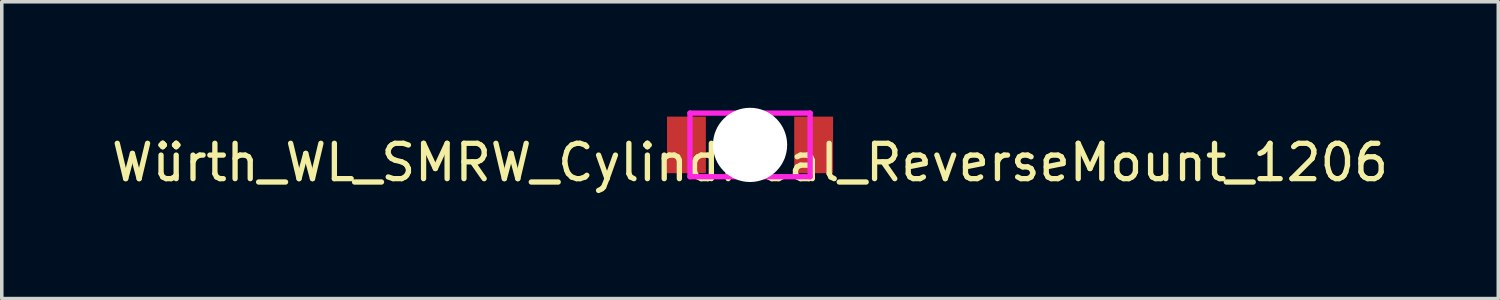
<source format=kicad_pcb>
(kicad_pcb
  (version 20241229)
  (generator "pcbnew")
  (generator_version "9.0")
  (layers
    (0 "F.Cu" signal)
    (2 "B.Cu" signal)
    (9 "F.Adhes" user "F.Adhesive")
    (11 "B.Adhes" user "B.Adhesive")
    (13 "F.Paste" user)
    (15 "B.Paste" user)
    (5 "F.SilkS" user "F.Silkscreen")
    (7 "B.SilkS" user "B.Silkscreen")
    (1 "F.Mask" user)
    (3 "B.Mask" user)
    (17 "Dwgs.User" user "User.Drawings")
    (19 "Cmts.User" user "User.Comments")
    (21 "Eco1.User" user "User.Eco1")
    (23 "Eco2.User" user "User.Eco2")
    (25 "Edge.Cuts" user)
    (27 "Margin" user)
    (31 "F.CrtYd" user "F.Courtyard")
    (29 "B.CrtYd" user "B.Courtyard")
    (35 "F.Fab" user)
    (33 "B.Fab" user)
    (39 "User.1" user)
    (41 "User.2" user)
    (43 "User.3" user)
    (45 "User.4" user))
  (footprint "Würth_WL_SMRW_Cylindrical_ReverseMount_1206"
    (layer "F.Cu")
    (at 18.173 1.05)
    (property "Reference" "Würth_WL_SMRW_Cylindrical_ReverseMount_1206" (at 0 0.5 0) (layer "F.SilkS") (effects (font (size 1 1) (thickness 0.15))))
    (attr through_hole)
    (fp_line (start -1.7 -0.9) (end 1.7 -0.9) (stroke (width 0.15) (type solid)) (layer "F.CrtYd"))
    (fp_line (start -1.7 0.9) (end -1.7 -0.9) (stroke (width 0.15) (type solid)) (layer "F.CrtYd"))
    (fp_line (start 1.7 -0.9) (end 1.7 0.9) (stroke (width 0.15) (type solid)) (layer "F.CrtYd"))
    (fp_line (start 1.7 0.9) (end -1.7 0.9) (stroke (width 0.15) (type solid)) (layer "F.CrtYd"))
    (pad "" np_thru_hole circle (at 0 0) (size 2.1 2.1) (drill 2.1) (layers "*.Cu" "*.Mask"))
    (pad "1" smd rect (at -1.8 0) (size 1.1 1.6) (layers "F.Cu" "F.Mask" "F.Paste"))
    (pad "2" smd rect (at 1.8 0) (size 1.1 1.6) (layers "F.Cu" "F.Mask" "F.Paste")))
  (gr_rect
    (start -3 -3)
    (end 39.345 5.398)
    (stroke (width 0.1) (type default))
    (fill no)
    (layer "Edge.Cuts")))
</source>
